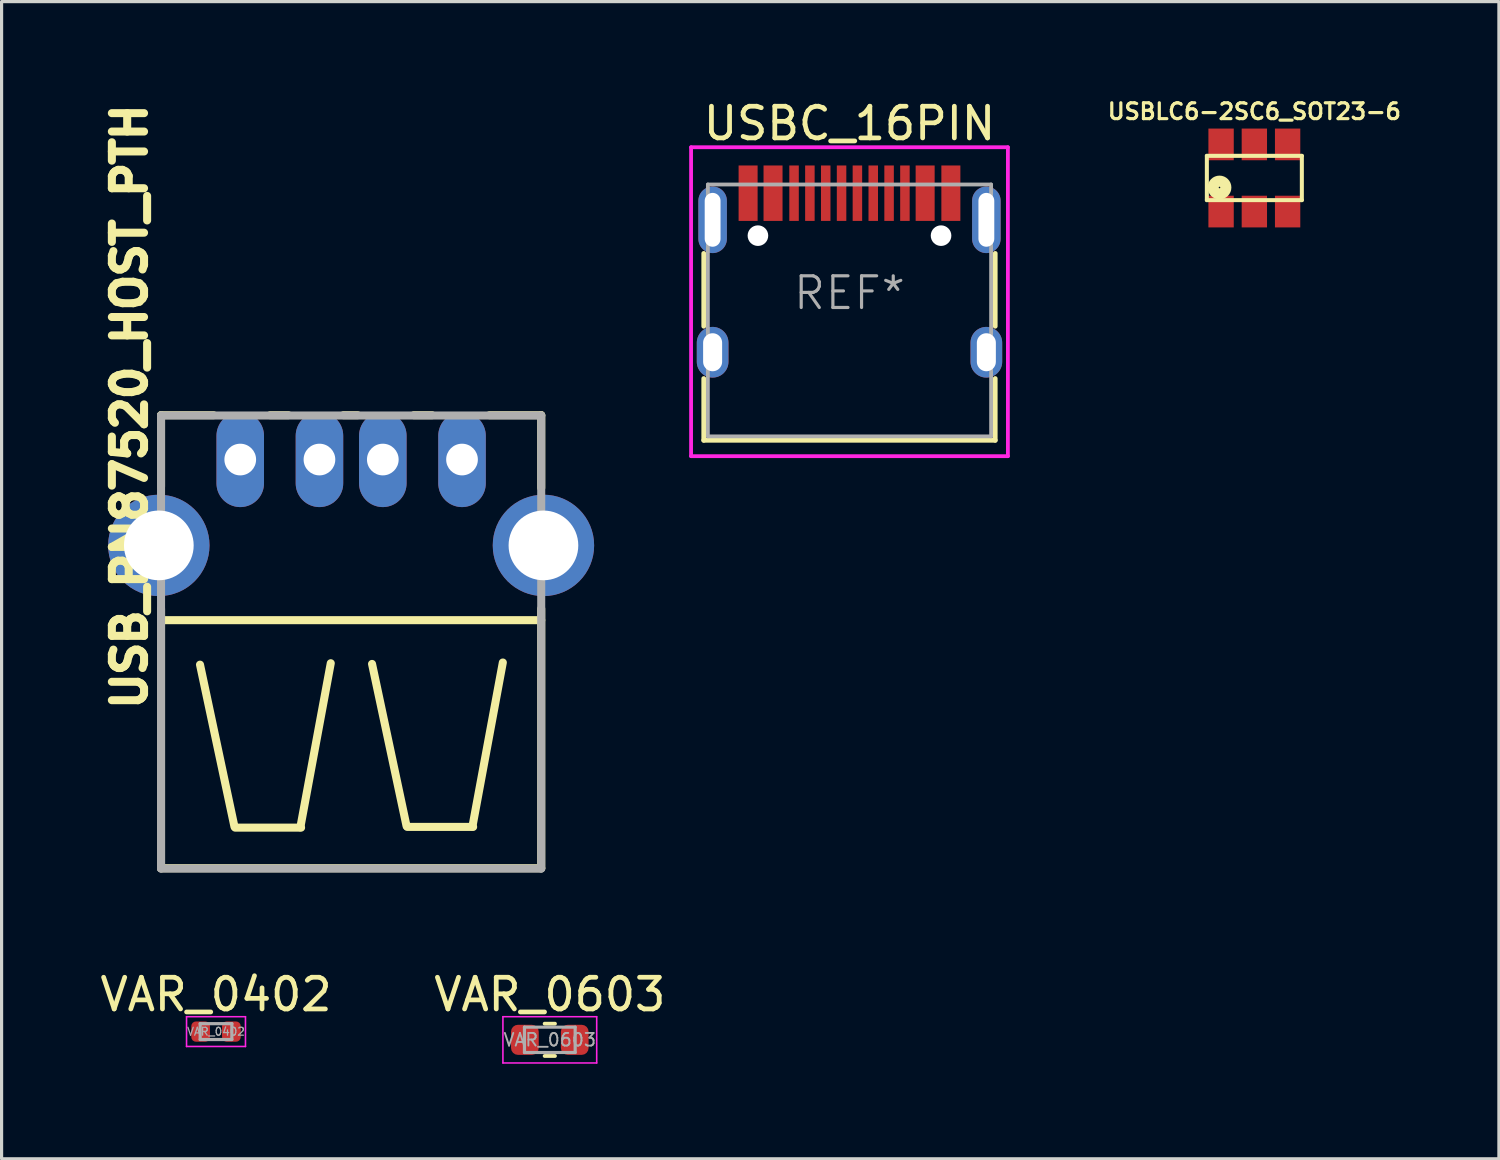
<source format=kicad_pcb>
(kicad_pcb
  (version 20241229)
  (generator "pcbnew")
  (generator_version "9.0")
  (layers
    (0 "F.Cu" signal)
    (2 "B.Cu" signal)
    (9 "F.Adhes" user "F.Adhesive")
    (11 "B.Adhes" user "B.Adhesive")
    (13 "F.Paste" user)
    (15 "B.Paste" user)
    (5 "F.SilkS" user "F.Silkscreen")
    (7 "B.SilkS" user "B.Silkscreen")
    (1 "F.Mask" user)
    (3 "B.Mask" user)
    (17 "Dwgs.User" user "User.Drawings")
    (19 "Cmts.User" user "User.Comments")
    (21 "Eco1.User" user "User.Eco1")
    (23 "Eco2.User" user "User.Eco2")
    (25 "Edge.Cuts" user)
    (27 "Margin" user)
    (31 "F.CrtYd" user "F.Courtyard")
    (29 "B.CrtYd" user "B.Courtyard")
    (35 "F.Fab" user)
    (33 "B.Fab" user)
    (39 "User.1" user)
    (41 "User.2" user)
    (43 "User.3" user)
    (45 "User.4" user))
  (footprint "USBLC6-2SC6_SOT23-6"
    (layer "F.Cu")
    (at 36.542 2.568)
    (property "Reference" "USBLC6-2SC6_SOT23-6" (at 0 -2.1 0) (layer "F.SilkS") (effects (font (size 0.5 0.5) (thickness 0.1))))
    (attr through_hole)
    (fp_line (start -1.499 -0.699) (end 1.499 -0.699) (stroke (width 0.127) (type solid)) (layer "F.SilkS"))
    (fp_line (start -1.499 0.699) (end -1.499 -0.699) (stroke (width 0.127) (type solid)) (layer "F.SilkS"))
    (fp_line (start 1.499 -0.699) (end 1.499 0.699) (stroke (width 0.127) (type solid)) (layer "F.SilkS"))
    (fp_line (start 1.499 0.699) (end -1.499 0.699) (stroke (width 0.127) (type solid)) (layer "F.SilkS"))
    (fp_circle (center -1.1 0.3) (end -1 0.3) (stroke (width 0.15) (type solid)) (fill no) (layer "F.SilkS"))
    (fp_circle (center -1.1 0.3) (end -0.9 0.3) (stroke (width 0.15) (type solid)) (fill no) (layer "F.SilkS"))
    (fp_circle (center -1.1 0.3) (end -0.8 0.3) (stroke (width 0.15) (type solid)) (fill no) (layer "F.SilkS"))
    (pad "1" smd rect (at -1.05 1.06) (size 0.8 1) (layers "F.Cu" "F.Mask" "F.Paste"))
    (pad "2" smd rect (at 0 1.06) (size 0.8 1) (layers "F.Cu" "F.Mask" "F.Paste"))
    (pad "3" smd rect (at 1.05 1.06) (size 0.8 1) (layers "F.Cu" "F.Mask" "F.Paste"))
    (pad "4" smd rect (at 1.05 -1.06) (size 0.8 1) (layers "F.Cu" "F.Mask" "F.Paste"))
    (pad "5" smd rect (at 0 -1.06) (size 0.8 1) (layers "F.Cu" "F.Mask" "F.Paste"))
    (pad "6" smd rect (at -1.05 -1.06) (size 0.8 1) (layers "F.Cu" "F.Mask" "F.Paste")))
  (footprint "VAR_0402"
    (layer "F.Cu")
    (at 3.768 29.511)
    (property "Reference" "VAR_0402" (at 0 -1.17 0) (layer "F.SilkS") (effects (font (size 1 1) (thickness 0.15))))
    (attr smd)
    (fp_line (start -0.93 -0.47) (end 0.93 -0.47) (stroke (width 0.05) (type solid)) (layer "F.CrtYd"))
    (fp_line (start -0.93 0.47) (end -0.93 -0.47) (stroke (width 0.05) (type solid)) (layer "F.CrtYd"))
    (fp_line (start 0.93 -0.47) (end 0.93 0.47) (stroke (width 0.05) (type solid)) (layer "F.CrtYd"))
    (fp_line (start 0.93 0.47) (end -0.93 0.47) (stroke (width 0.05) (type solid)) (layer "F.CrtYd"))
    (fp_line (start -0.5 -0.25) (end 0.5 -0.25) (stroke (width 0.1) (type solid)) (layer "F.Fab"))
    (fp_line (start -0.5 0.25) (end -0.5 -0.25) (stroke (width 0.1) (type solid)) (layer "F.Fab"))
    (fp_line (start 0.5 -0.25) (end 0.5 0.25) (stroke (width 0.1) (type solid)) (layer "F.Fab"))
    (fp_line (start 0.5 0.25) (end -0.5 0.25) (stroke (width 0.1) (type solid)) (layer "F.Fab"))
    (fp_text user "${REFERENCE}" (at 0 0 0) (layer "F.Fab") (effects (font (size 0.25 0.25) (thickness 0.04))))
    (pad "1" smd roundrect (at -0.485 0) (size 0.59 0.64) (layers "F.Cu" "F.Mask" "F.Paste") (roundrect_rratio 0.25))
    (pad "2" smd roundrect (at 0.485 0) (size 0.59 0.64) (layers "F.Cu" "F.Mask" "F.Paste") (roundrect_rratio 0.25)))
  (footprint "USBC_16PIN"
    (layer "F.Cu")
    (at 23.763 6.198)
    (property "Reference" "USBC_16PIN" (at 0 -5.35 0) (layer "F.SilkS") (effects (font (size 1 1) (thickness 0.15))))
    (attr through_hole)
    (fp_line (start -4.6 1.05) (end -4.6 -1.25) (stroke (width 0.15) (type solid)) (layer "F.SilkS"))
    (fp_line (start -4.6 4.65) (end -4.6 2.7) (stroke (width 0.15) (type solid)) (layer "F.SilkS"))
    (fp_line (start 4.6 1.05) (end 4.6 -1.25) (stroke (width 0.15) (type solid)) (layer "F.SilkS"))
    (fp_line (start 4.6 4.65) (end -4.6 4.65) (stroke (width 0.15) (type solid)) (layer "F.SilkS"))
    (fp_line (start 4.6 4.65) (end 4.6 2.7) (stroke (width 0.15) (type solid)) (layer "F.SilkS"))
    (fp_line (start -5 -4.6) (end -5 5.15) (stroke (width 0.12) (type solid)) (layer "F.CrtYd"))
    (fp_line (start -5 -4.6) (end 5 -4.6) (stroke (width 0.12) (type solid)) (layer "F.CrtYd"))
    (fp_line (start -5 5.15) (end 5 5.15) (stroke (width 0.12) (type solid)) (layer "F.CrtYd"))
    (fp_line (start 5 -4.6) (end 5 5.15) (stroke (width 0.12) (type solid)) (layer "F.CrtYd"))
    (fp_line (start -4.47 -3.425) (end -4.47 4.525) (stroke (width 0.12) (type solid)) (layer "F.Fab"))
    (fp_line (start -4.47 -3.425) (end 4.47 -3.425) (stroke (width 0.12) (type solid)) (layer "F.Fab"))
    (fp_line (start 4.47 -3.425) (end 4.47 4.525) (stroke (width 0.12) (type solid)) (layer "F.Fab"))
    (fp_line (start 4.47 4.525) (end -4.47 4.525) (stroke (width 0.12) (type solid)) (layer "F.Fab"))
    (fp_text user "REF*" (at 0 0 0) (layer "F.Fab") (effects (font (size 1 1) (thickness 0.1))))
    (pad "" np_thru_hole circle (at -2.89 -1.81) (size 0.65 0.65) (drill 0.65) (layers "*.Cu" "*.Mask"))
    (pad "" np_thru_hole circle (at 2.89 -1.81) (size 0.65 0.65) (drill 0.65) (layers "*.Cu" "*.Mask"))
    (pad "A5" smd rect (at -1.25 -3.15) (size 0.3 1.75) (layers "F.Cu" "F.Mask" "F.Paste"))
    (pad "A6" smd rect (at -0.25 -3.15) (size 0.3 1.75) (layers "F.Cu" "F.Mask" "F.Paste"))
    (pad "A7" smd rect (at 0.25 -3.15) (size 0.3 1.75) (layers "F.Cu" "F.Mask" "F.Paste"))
    (pad "A8" smd rect (at 1.25 -3.15) (size 0.3 1.75) (layers "F.Cu" "F.Mask" "F.Paste"))
    (pad "B5" smd rect (at 1.75 -3.15) (size 0.3 1.75) (layers "F.Cu" "F.Mask" "F.Paste"))
    (pad "B6" smd rect (at 0.75 -3.15) (size 0.3 1.75) (layers "F.Cu" "F.Mask" "F.Paste"))
    (pad "B7" smd rect (at -0.75 -3.15) (size 0.3 1.75) (layers "F.Cu" "F.Mask" "F.Paste"))
    (pad "B8" smd rect (at -1.75 -3.15) (size 0.3 1.75) (layers "F.Cu" "F.Mask" "F.Paste"))
    (pad "GND" smd rect (at -3.2 -3.15) (size 0.6 1.75) (layers "F.Cu" "F.Mask" "F.Paste"))
    (pad "GND" smd rect (at 3.2 -3.15) (size 0.6 1.75) (layers "F.Cu" "F.Mask" "F.Paste"))
    (pad "S1" thru_hole oval (at -4.32 -2.31) (size 0.9 2.1) (drill oval 0.5 1.7) (layers "*.Cu" "*.Mask"))
    (pad "S1" thru_hole oval (at -4.32 1.87) (size 1 1.6) (drill oval 0.6 1.2) (layers "*.Cu" "*.Mask"))
    (pad "S1" thru_hole oval (at 4.32 -2.31) (size 0.9 2.1) (drill oval 0.5 1.7) (layers "*.Cu" "*.Mask"))
    (pad "S1" thru_hole oval (at 4.32 1.87) (size 1 1.6) (drill oval 0.6 1.2) (layers "*.Cu" "*.Mask"))
    (pad "VBUS" smd rect (at -2.413 -3.15) (size 0.6 1.75) (layers "F.Cu" "F.Mask" "F.Paste"))
    (pad "VBUS" smd rect (at 2.388 -3.15) (size 0.6 1.75) (layers "F.Cu" "F.Mask" "F.Paste")))
  (footprint "USB_PN87520_HOST_PTH"
    (layer "F.Cu")
    (at 8.033 14.165)
    (property "Reference" "USB_PN87520_HOST_PTH" (at -6.993 -4.379 90) (layer "F.SilkS") (effects (font (size 1.016 1.016) (thickness 0.254))))
    (attr through_hole)
    (fp_line (start -6 -4.11) (end -6 -1.854) (stroke (width 0.254) (type solid)) (layer "F.SilkS"))
    (fp_line (start -6 -4.11) (end -4.343 -4.11) (stroke (width 0.254) (type solid)) (layer "F.SilkS"))
    (fp_line (start -6 2) (end -6 10.19) (stroke (width 0.254) (type solid)) (layer "F.SilkS"))
    (fp_line (start -6 2.36) (end 6 2.36) (stroke (width 0.254) (type solid)) (layer "F.SilkS"))
    (fp_line (start -4.77 3.764) (end -3.683 8.877) (stroke (width 0.254) (type solid)) (layer "F.SilkS"))
    (fp_line (start -2.553 -4.11) (end -1.981 -4.11) (stroke (width 0.254) (type solid)) (layer "F.SilkS"))
    (fp_line (start -1.603 8.9) (end -0.643 3.719) (stroke (width 0.254) (type solid)) (layer "F.SilkS"))
    (fp_line (start -1.58 8.908) (end -3.66 8.908) (stroke (width 0.254) (type solid)) (layer "F.SilkS"))
    (fp_line (start -0.241 -4.11) (end 0.203 -4.11) (stroke (width 0.254) (type solid)) (layer "F.SilkS"))
    (fp_line (start 0.66 3.741) (end 1.748 8.854) (stroke (width 0.254) (type solid)) (layer "F.SilkS"))
    (fp_line (start 1.981 -4.11) (end 2.553 -4.11) (stroke (width 0.254) (type solid)) (layer "F.SilkS"))
    (fp_line (start 3.828 8.877) (end 4.788 3.696) (stroke (width 0.254) (type solid)) (layer "F.SilkS"))
    (fp_line (start 3.851 8.885) (end 1.77 8.885) (stroke (width 0.254) (type solid)) (layer "F.SilkS"))
    (fp_line (start 4.369 -4.11) (end 6 -4.11) (stroke (width 0.254) (type solid)) (layer "F.SilkS"))
    (fp_line (start 6 -4.11) (end 6 -1.816) (stroke (width 0.254) (type solid)) (layer "F.SilkS"))
    (fp_line (start 6 2) (end 6 10.19) (stroke (width 0.254) (type solid)) (layer "F.SilkS"))
    (fp_line (start 6 10.19) (end -6 10.19) (stroke (width 0.254) (type solid)) (layer "F.SilkS"))
    (fp_line (start -6 -4.1) (end 6 -4.1) (stroke (width 0.254) (type solid)) (layer "F.Fab"))
    (fp_line (start -6 10.2) (end -6 -4.1) (stroke (width 0.254) (type solid)) (layer "F.Fab"))
    (fp_line (start -6 10.2) (end 6 10.2) (stroke (width 0.254) (type solid)) (layer "F.Fab"))
    (fp_line (start 6 -4.1) (end 6 10.2) (stroke (width 0.254) (type solid)) (layer "F.Fab"))
    (pad "1" thru_hole oval (at -3.5 -2.71) (size 1.5 3) (drill 1) (layers "*.Cu" "*.Mask"))
    (pad "2" thru_hole oval (at -1 -2.71) (size 1.5 3) (drill 1) (layers "*.Cu" "*.Mask"))
    (pad "3" thru_hole oval (at 1 -2.71) (size 1.5 3) (drill 1) (layers "*.Cu" "*.Mask"))
    (pad "4" thru_hole oval (at 3.5 -2.71) (size 1.5 3) (drill 1) (layers "*.Cu" "*.Mask"))
    (pad "5" thru_hole circle (at -6.07 0) (size 3.2 3.2) (drill 2.2) (layers "*.Cu" "*.Mask"))
    (pad "6" thru_hole circle (at 6.07 0) (size 3.2 3.2) (drill 2.2) (layers "*.Cu" "*.Mask")))
  (footprint "VAR_0603"
    (layer "F.Cu")
    (at 14.304 29.771)
    (property "Reference" "VAR_0603" (at 0 -1.43 0) (layer "F.SilkS") (effects (font (size 1 1) (thickness 0.15))))
    (attr smd)
    (fp_line (start -0.163 -0.51) (end 0.163 -0.51) (stroke (width 0.12) (type solid)) (layer "F.SilkS"))
    (fp_line (start -0.163 0.51) (end 0.163 0.51) (stroke (width 0.12) (type solid)) (layer "F.SilkS"))
    (fp_line (start -1.48 -0.73) (end 1.48 -0.73) (stroke (width 0.05) (type solid)) (layer "F.CrtYd"))
    (fp_line (start -1.48 0.73) (end -1.48 -0.73) (stroke (width 0.05) (type solid)) (layer "F.CrtYd"))
    (fp_line (start 1.48 -0.73) (end 1.48 0.73) (stroke (width 0.05) (type solid)) (layer "F.CrtYd"))
    (fp_line (start 1.48 0.73) (end -1.48 0.73) (stroke (width 0.05) (type solid)) (layer "F.CrtYd"))
    (fp_line (start -0.8 -0.4) (end 0.8 -0.4) (stroke (width 0.1) (type solid)) (layer "F.Fab"))
    (fp_line (start -0.8 0.4) (end -0.8 -0.4) (stroke (width 0.1) (type solid)) (layer "F.Fab"))
    (fp_line (start 0.8 -0.4) (end 0.8 0.4) (stroke (width 0.1) (type solid)) (layer "F.Fab"))
    (fp_line (start 0.8 0.4) (end -0.8 0.4) (stroke (width 0.1) (type solid)) (layer "F.Fab"))
    (fp_text user "${REFERENCE}" (at 0 0 0) (layer "F.Fab") (effects (font (size 0.4 0.4) (thickness 0.06))))
    (pad "1" smd roundrect (at -0.787 0) (size 0.875 0.95) (layers "F.Cu" "F.Mask" "F.Paste") (roundrect_rratio 0.25))
    (pad "2" smd roundrect (at 0.787 0) (size 0.875 0.95) (layers "F.Cu" "F.Mask" "F.Paste") (roundrect_rratio 0.25)))
  (gr_rect
    (start -3 -3)
    (end 44.261 33.526)
    (stroke (width 0.1) (type default))
    (fill no)
    (layer "Edge.Cuts")))
</source>
